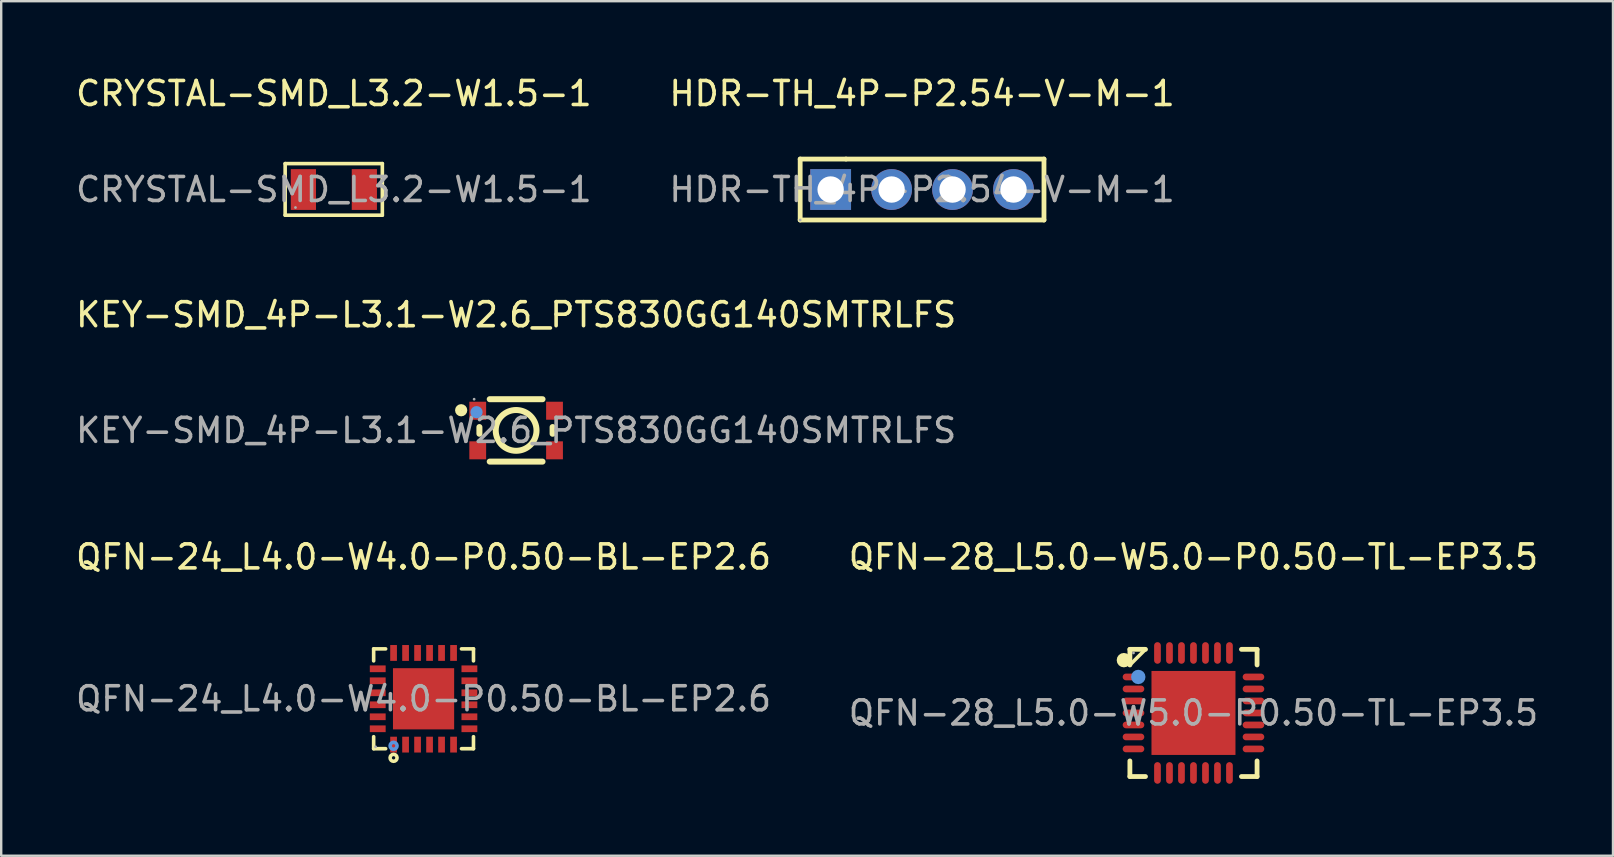
<source format=kicad_pcb>
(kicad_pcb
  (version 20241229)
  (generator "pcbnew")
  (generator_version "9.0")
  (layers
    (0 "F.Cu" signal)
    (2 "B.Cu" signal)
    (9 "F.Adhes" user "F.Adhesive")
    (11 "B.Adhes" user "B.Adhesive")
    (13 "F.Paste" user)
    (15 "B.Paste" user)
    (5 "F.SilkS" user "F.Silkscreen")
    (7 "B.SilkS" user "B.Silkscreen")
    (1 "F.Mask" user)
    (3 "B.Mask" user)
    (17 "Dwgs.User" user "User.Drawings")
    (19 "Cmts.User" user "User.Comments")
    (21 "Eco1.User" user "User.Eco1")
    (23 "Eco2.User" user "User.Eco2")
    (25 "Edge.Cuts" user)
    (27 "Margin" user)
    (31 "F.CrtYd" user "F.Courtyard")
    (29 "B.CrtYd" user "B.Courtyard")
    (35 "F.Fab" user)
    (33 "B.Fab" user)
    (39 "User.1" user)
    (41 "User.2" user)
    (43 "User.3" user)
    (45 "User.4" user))
  (footprint "QFN-28_L5.0-W5.0-P0.50-TL-EP3.5"
    (layer "F.Cu")
    (at 46.685 26.66)
    (property "Reference" "QFN-28_L5.0-W5.0-P0.50-TL-EP3.5" (at 0 -6.5 0) (layer "F.SilkS") (effects (font (size 1 1) (thickness 0.15))))
    (attr smd)
    (fp_line (start -2.65 -2.65) (end -2 -2.65) (stroke (width 0.2) (type solid)) (layer "F.SilkS"))
    (fp_line (start -2.65 -2) (end -2.65 -2.65) (stroke (width 0.2) (type solid)) (layer "F.SilkS"))
    (fp_line (start -2.65 -2) (end -2.65 -2) (stroke (width 0.15) (type solid)) (layer "F.SilkS"))
    (fp_line (start -2.65 -2) (end -2 -2.65) (stroke (width 0.15) (type solid)) (layer "F.SilkS"))
    (fp_line (start -2.65 2) (end -2.65 2.65) (stroke (width 0.2) (type solid)) (layer "F.SilkS"))
    (fp_line (start -2.65 2.65) (end -2 2.65) (stroke (width 0.2) (type solid)) (layer "F.SilkS"))
    (fp_line (start 2 2.65) (end 2.65 2.65) (stroke (width 0.2) (type solid)) (layer "F.SilkS"))
    (fp_line (start 2.65 -2.65) (end 2 -2.65) (stroke (width 0.2) (type solid)) (layer "F.SilkS"))
    (fp_line (start 2.65 -2) (end 2.65 -2.65) (stroke (width 0.2) (type solid)) (layer "F.SilkS"))
    (fp_line (start 2.65 2.65) (end 2.65 2) (stroke (width 0.2) (type solid)) (layer "F.SilkS"))
    (fp_arc (start -2.9 -2.2) (mid -2.9 -2.2) (end -2.9 -2.2) (stroke (width 0.3) (type solid)) (layer "F.SilkS"))
    (fp_circle (center -2.3 -1.5) (end -2.15 -1.5) (stroke (width 0.3) (type solid)) (fill no) (layer "Cmts.User"))
    (fp_circle (center -2.5 -2.5) (end -2.47 -2.5) (stroke (width 0.06) (type solid)) (fill no) (layer "F.Fab"))
    (fp_text user "${REFERENCE}" (at 0 0 0) (layer "F.Fab") (effects (font (size 1 1) (thickness 0.15))))
    (pad "1" smd oval (at -2.5 -1.5 90) (size 0.28 0.9) (layers "F.Cu" "F.Mask" "F.Paste"))
    (pad "2" smd oval (at -2.5 -1 90) (size 0.28 0.9) (layers "F.Cu" "F.Mask" "F.Paste"))
    (pad "3" smd oval (at -2.5 -0.5 90) (size 0.28 0.9) (layers "F.Cu" "F.Mask" "F.Paste"))
    (pad "4" smd oval (at -2.5 0 90) (size 0.28 0.9) (layers "F.Cu" "F.Mask" "F.Paste"))
    (pad "5" smd oval (at -2.5 0.5 90) (size 0.28 0.9) (layers "F.Cu" "F.Mask" "F.Paste"))
    (pad "6" smd oval (at -2.5 1 90) (size 0.28 0.9) (layers "F.Cu" "F.Mask" "F.Paste"))
    (pad "7" smd oval (at -2.5 1.5 90) (size 0.28 0.9) (layers "F.Cu" "F.Mask" "F.Paste"))
    (pad "8" smd oval (at -1.5 2.5) (size 0.28 0.9) (layers "F.Cu" "F.Mask" "F.Paste"))
    (pad "9" smd oval (at -1 2.5) (size 0.28 0.9) (layers "F.Cu" "F.Mask" "F.Paste"))
    (pad "10" smd oval (at -0.5 2.5) (size 0.28 0.9) (layers "F.Cu" "F.Mask" "F.Paste"))
    (pad "11" smd oval (at 0 2.5) (size 0.28 0.9) (layers "F.Cu" "F.Mask" "F.Paste"))
    (pad "12" smd oval (at 0.5 2.5) (size 0.28 0.9) (layers "F.Cu" "F.Mask" "F.Paste"))
    (pad "13" smd oval (at 1 2.5) (size 0.28 0.9) (layers "F.Cu" "F.Mask" "F.Paste"))
    (pad "14" smd oval (at 1.5 2.5) (size 0.28 0.9) (layers "F.Cu" "F.Mask" "F.Paste"))
    (pad "15" smd oval (at 2.5 1.5 90) (size 0.28 0.9) (layers "F.Cu" "F.Mask" "F.Paste"))
    (pad "16" smd oval (at 2.5 1 90) (size 0.28 0.9) (layers "F.Cu" "F.Mask" "F.Paste"))
    (pad "17" smd oval (at 2.5 0.5 90) (size 0.28 0.9) (layers "F.Cu" "F.Mask" "F.Paste"))
    (pad "18" smd oval (at 2.5 0 90) (size 0.28 0.9) (layers "F.Cu" "F.Mask" "F.Paste"))
    (pad "19" smd oval (at 2.5 -0.5 90) (size 0.28 0.9) (layers "F.Cu" "F.Mask" "F.Paste"))
    (pad "20" smd oval (at 2.5 -1 90) (size 0.28 0.9) (layers "F.Cu" "F.Mask" "F.Paste"))
    (pad "21" smd oval (at 2.5 -1.5 90) (size 0.28 0.9) (layers "F.Cu" "F.Mask" "F.Paste"))
    (pad "22" smd oval (at 1.5 -2.5) (size 0.28 0.9) (layers "F.Cu" "F.Mask" "F.Paste"))
    (pad "23" smd oval (at 1 -2.5) (size 0.28 0.9) (layers "F.Cu" "F.Mask" "F.Paste"))
    (pad "24" smd oval (at 0.5 -2.5) (size 0.28 0.9) (layers "F.Cu" "F.Mask" "F.Paste"))
    (pad "25" smd oval (at 0 -2.5) (size 0.28 0.9) (layers "F.Cu" "F.Mask" "F.Paste"))
    (pad "26" smd oval (at -0.5 -2.5) (size 0.28 0.9) (layers "F.Cu" "F.Mask" "F.Paste"))
    (pad "27" smd oval (at -1 -2.5) (size 0.28 0.9) (layers "F.Cu" "F.Mask" "F.Paste"))
    (pad "28" smd oval (at -1.5 -2.5) (size 0.28 0.9) (layers "F.Cu" "F.Mask" "F.Paste"))
    (pad "29" smd rect (at 0 0) (size 3.5 3.5) (layers "F.Cu" "F.Mask" "F.Paste")))
  (footprint "HDR-TH_4P-P2.54-V-M-1"
    (layer "F.Cu")
    (at 35.375 4.848)
    (property "Reference" "HDR-TH_4P-P2.54-V-M-1" (at 0 -4 0) (layer "F.SilkS") (effects (font (size 1 1) (thickness 0.15))))
    (attr through_hole)
    (fp_line (start -5.08 -1.27) (end -3.17 -1.27) (stroke (width 0.2) (type solid)) (layer "F.SilkS"))
    (fp_line (start -5.08 1.27) (end -5.08 -1.27) (stroke (width 0.2) (type solid)) (layer "F.SilkS"))
    (fp_line (start 5.08 -1.27) (end -3.17 -1.27) (stroke (width 0.2) (type solid)) (layer "F.SilkS"))
    (fp_line (start 5.08 -1.27) (end 5.08 1.27) (stroke (width 0.2) (type solid)) (layer "F.SilkS"))
    (fp_line (start 5.08 1.27) (end -5.08 1.27) (stroke (width 0.2) (type solid)) (layer "F.SilkS"))
    (fp_circle (center -5.08 1.27) (end -5.05 1.27) (stroke (width 0.06) (type solid)) (fill no) (layer "F.Fab"))
    (fp_text user "${REFERENCE}" (at 0 0 0) (layer "F.Fab") (effects (font (size 1 1) (thickness 0.15))))
    (pad "1" thru_hole rect (at -3.81 0) (size 1.7 1.7) (drill 1.1) (layers "*.Cu" "*.Mask"))
    (pad "2" thru_hole circle (at -1.27 0) (size 1.7 1.7) (drill 1.1) (layers "*.Cu" "*.Mask"))
    (pad "3" thru_hole circle (at 1.27 0) (size 1.7 1.7) (drill 1.1) (layers "*.Cu" "*.Mask"))
    (pad "4" thru_hole circle (at 3.81 0) (size 1.7 1.7) (drill 1.1) (layers "*.Cu" "*.Mask")))
  (footprint "QFN-24_L4.0-W4.0-P0.50-BL-EP2.6"
    (layer "F.Cu")
    (at 14.601 26.07)
    (property "Reference" "QFN-24_L4.0-W4.0-P0.50-BL-EP2.6" (at 0 -5.91 0) (layer "F.SilkS") (effects (font (size 1 1) (thickness 0.15))))
    (attr smd)
    (fp_line (start -2.08 -2.08) (end -1.58 -2.08) (stroke (width 0.15) (type solid)) (layer "F.SilkS"))
    (fp_line (start -2.08 -1.58) (end -2.08 -2.08) (stroke (width 0.15) (type solid)) (layer "F.SilkS"))
    (fp_line (start -2.08 1.58) (end -2.08 2.08) (stroke (width 0.15) (type solid)) (layer "F.SilkS"))
    (fp_line (start -2.08 2.08) (end -1.58 2.08) (stroke (width 0.15) (type solid)) (layer "F.SilkS"))
    (fp_line (start 2.08 -2.08) (end 1.58 -2.08) (stroke (width 0.15) (type solid)) (layer "F.SilkS"))
    (fp_line (start 2.08 -1.58) (end 2.08 -2.08) (stroke (width 0.15) (type solid)) (layer "F.SilkS"))
    (fp_line (start 2.08 1.58) (end 2.08 2.08) (stroke (width 0.15) (type solid)) (layer "F.SilkS"))
    (fp_line (start 2.08 2.08) (end 1.58 2.08) (stroke (width 0.15) (type solid)) (layer "F.SilkS"))
    (fp_circle (center -1.25 2.46) (end -1.18 2.46) (stroke (width 0.15) (type solid)) (fill no) (layer "F.SilkS"))
    (fp_circle (center -1.25 1.96) (end -1.18 1.96) (stroke (width 0.15) (type solid)) (fill no) (layer "Cmts.User"))
    (fp_circle (center -2 2) (end -1.97 2) (stroke (width 0.06) (type solid)) (fill no) (layer "F.Fab"))
    (fp_text user "${REFERENCE}" (at 0 0 0) (layer "F.Fab") (effects (font (size 1 1) (thickness 0.15))))
    (pad "1" smd rect (at -1.25 1.91) (size 0.28 0.66) (layers "F.Cu" "F.Mask" "F.Paste"))
    (pad "2" smd rect (at -0.75 1.91) (size 0.28 0.66) (layers "F.Cu" "F.Mask" "F.Paste"))
    (pad "3" smd rect (at -0.25 1.91) (size 0.28 0.66) (layers "F.Cu" "F.Mask" "F.Paste"))
    (pad "4" smd rect (at 0.25 1.91) (size 0.28 0.66) (layers "F.Cu" "F.Mask" "F.Paste"))
    (pad "5" smd rect (at 0.75 1.91) (size 0.28 0.66) (layers "F.Cu" "F.Mask" "F.Paste"))
    (pad "6" smd rect (at 1.25 1.91) (size 0.28 0.66) (layers "F.Cu" "F.Mask" "F.Paste"))
    (pad "7" smd rect (at 1.91 1.25) (size 0.66 0.28) (layers "F.Cu" "F.Mask" "F.Paste"))
    (pad "8" smd rect (at 1.91 0.75) (size 0.66 0.28) (layers "F.Cu" "F.Mask" "F.Paste"))
    (pad "9" smd rect (at 1.91 0.25) (size 0.66 0.28) (layers "F.Cu" "F.Mask" "F.Paste"))
    (pad "10" smd rect (at 1.91 -0.25) (size 0.66 0.28) (layers "F.Cu" "F.Mask" "F.Paste"))
    (pad "11" smd rect (at 1.91 -0.75) (size 0.66 0.28) (layers "F.Cu" "F.Mask" "F.Paste"))
    (pad "12" smd rect (at 1.91 -1.25) (size 0.66 0.28) (layers "F.Cu" "F.Mask" "F.Paste"))
    (pad "13" smd rect (at 1.25 -1.91) (size 0.28 0.66) (layers "F.Cu" "F.Mask" "F.Paste"))
    (pad "14" smd rect (at 0.75 -1.91) (size 0.28 0.66) (layers "F.Cu" "F.Mask" "F.Paste"))
    (pad "15" smd rect (at 0.25 -1.91) (size 0.28 0.66) (layers "F.Cu" "F.Mask" "F.Paste"))
    (pad "16" smd rect (at -0.25 -1.91) (size 0.28 0.66) (layers "F.Cu" "F.Mask" "F.Paste"))
    (pad "17" smd rect (at -0.75 -1.91) (size 0.28 0.66) (layers "F.Cu" "F.Mask" "F.Paste"))
    (pad "18" smd rect (at -1.25 -1.91) (size 0.28 0.66) (layers "F.Cu" "F.Mask" "F.Paste"))
    (pad "19" smd rect (at -1.91 -1.25) (size 0.66 0.28) (layers "F.Cu" "F.Mask" "F.Paste"))
    (pad "20" smd rect (at -1.91 -0.75) (size 0.66 0.28) (layers "F.Cu" "F.Mask" "F.Paste"))
    (pad "21" smd rect (at -1.91 -0.25) (size 0.66 0.28) (layers "F.Cu" "F.Mask" "F.Paste"))
    (pad "22" smd rect (at -1.91 0.25) (size 0.66 0.28) (layers "F.Cu" "F.Mask" "F.Paste"))
    (pad "23" smd rect (at -1.91 0.75) (size 0.66 0.28) (layers "F.Cu" "F.Mask" "F.Paste"))
    (pad "24" smd rect (at -1.91 1.25) (size 0.66 0.28) (layers "F.Cu" "F.Mask" "F.Paste"))
    (pad "25" smd rect (at 0 0) (size 2.55 2.55) (layers "F.Cu" "F.Mask" "F.Paste")))
  (footprint "KEY-SMD_4P-L3.1-W2.6_PTS830GG140SMTRLFS"
    (layer "F.Cu")
    (at 18.458 14.886)
    (property "Reference" "KEY-SMD_4P-L3.1-W2.6_PTS830GG140SMTRLFS" (at 0 -4.82 0) (layer "F.SilkS") (effects (font (size 1 1) (thickness 0.15))))
    (attr through_hole)
    (fp_line (start -1.53 -0.14) (end -1.53 0.14) (stroke (width 0.25) (type solid)) (layer "F.SilkS"))
    (fp_line (start -1.1 -1.3) (end 1.1 -1.3) (stroke (width 0.25) (type solid)) (layer "F.SilkS"))
    (fp_line (start 1.1 1.3) (end -1.1 1.3) (stroke (width 0.25) (type solid)) (layer "F.SilkS"))
    (fp_line (start 1.52 -0.14) (end 1.52 0.14) (stroke (width 0.25) (type solid)) (layer "F.SilkS"))
    (fp_circle (center -2.29 -0.84) (end -2.16 -0.84) (stroke (width 0.25) (type solid)) (fill no) (layer "F.SilkS"))
    (fp_circle (center 0 0) (end 0.85 0) (stroke (width 0.25) (type solid)) (fill no) (layer "F.SilkS"))
    (fp_circle (center -1.65 -0.76) (end -1.52 -0.76) (stroke (width 0.25) (type solid)) (fill no) (layer "Cmts.User"))
    (fp_circle (center -1.75 -1.3) (end -1.72 -1.3) (stroke (width 0.06) (type solid)) (fill no) (layer "F.Fab"))
    (fp_text user "${REFERENCE}" (at 0 0 0) (layer "F.Fab") (effects (font (size 1 1) (thickness 0.15))))
    (pad "1" smd rect (at -1.6 -0.82) (size 0.7 0.75) (layers "F.Cu" "F.Mask" "F.Paste"))
    (pad "2" smd rect (at 1.6 -0.82) (size 0.7 0.75) (layers "F.Cu" "F.Mask" "F.Paste"))
    (pad "3" smd rect (at -1.6 0.83) (size 0.7 0.75) (layers "F.Cu" "F.Mask" "F.Paste"))
    (pad "4" smd rect (at 1.6 0.83) (size 0.7 0.75) (layers "F.Cu" "F.Mask" "F.Paste")))
  (footprint "CRYSTAL-SMD_L3.2-W1.5-1"
    (layer "F.Cu")
    (at 10.863 4.848)
    (property "Reference" "CRYSTAL-SMD_L3.2-W1.5-1" (at 0 -4 0) (layer "F.SilkS") (effects (font (size 1 1) (thickness 0.15))))
    (attr through_hole)
    (fp_line (start -2.03 -1.08) (end 2.02 -1.08) (stroke (width 0.15) (type solid)) (layer "F.SilkS"))
    (fp_line (start -2.03 1.07) (end -2.03 -1.08) (stroke (width 0.15) (type solid)) (layer "F.SilkS"))
    (fp_line (start 2.02 -1.08) (end 2.02 1.07) (stroke (width 0.15) (type solid)) (layer "F.SilkS"))
    (fp_line (start 2.02 1.07) (end -2.03 1.07) (stroke (width 0.15) (type solid)) (layer "F.SilkS"))
    (fp_circle (center -1.6 0.75) (end -1.57 0.75) (stroke (width 0.06) (type solid)) (fill no) (layer "F.Fab"))
    (fp_text user "${REFERENCE}" (at 0 0 0) (layer "F.Fab") (effects (font (size 1 1) (thickness 0.15))))
    (pad "1" smd rect (at -1.27 0) (size 1.05 1.7) (layers "F.Cu" "F.Mask" "F.Paste"))
    (pad "2" smd rect (at 1.27 0) (size 1.05 1.7) (layers "F.Cu" "F.Mask" "F.Paste")))
  (gr_rect
    (start -3 -3)
    (end 64.167 32.61)
    (stroke (width 0.1) (type default))
    (fill no)
    (layer "Edge.Cuts")))
</source>
